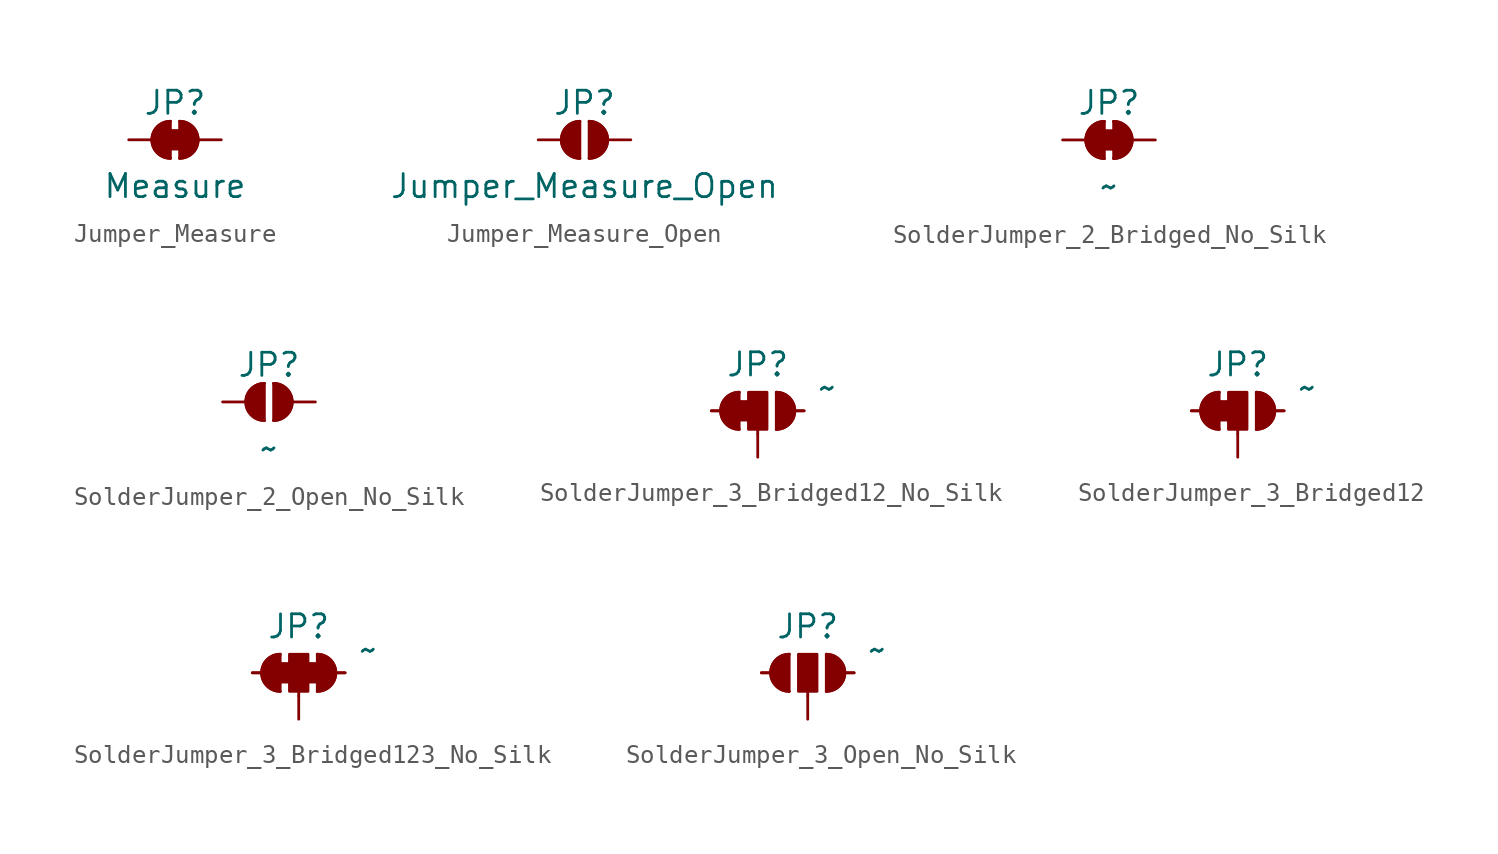
<source format=kicad_sym>
(kicad_symbol_lib
  (version 20241209)
  (generator "kicad_symbol_editor")
  (generator_version "9.0")
  (symbol "Jumper_Measure"
    (pin_numbers
      (hide yes))
    (pin_names
      (offset 0)
      (hide yes))
    (property "Reference" "JP"
      (at 0 2.032 0)
      (effects (font (size 1.27 1.27))))
    (property "Value" "Measure"
      (at 0 -2.54 0)
      (effects (font (size 1.27 1.27))))
    (symbol "Jumper_Measure_0_1"
      (rectangle (start -0.508 0.508) (end 0.508 -0.508) (stroke (width 0) (type default)) (fill (type outline)))
      (polyline (pts (xy -0.254 1.016) (xy -0.254 -1.016)) (stroke (width 0) (type default)) (fill (type none)))
      (arc (start -0.254 -1.016) (mid -1.2656 0) (end -0.254 1.016) (stroke (width 0) (type default)) (fill (type none)))
      (arc (start -0.254 -1.016) (mid -1.2656 0) (end -0.254 1.016) (stroke (width 0) (type default)) (fill (type outline)))
      (arc (start 0.254 1.016) (mid 1.2656 0) (end 0.254 -1.016) (stroke (width 0) (type default)) (fill (type none)))
      (arc (start 0.254 1.016) (mid 1.2656 0) (end 0.254 -1.016) (stroke (width 0) (type default)) (fill (type outline)))
      (polyline (pts (xy 0.254 1.016) (xy 0.254 -1.016)) (stroke (width 0) (type default)) (fill (type none))))
    (symbol "Jumper_Measure_1_1"
      (pin passive line (at -2.54 0 0) (length 1.27) (name "A" (effects (font (size 1.27 1.27)))) (number "1" (effects (font (size 1.27 1.27)))))
      (pin passive line (at 2.54 0 180) (length 1.27) (name "B" (effects (font (size 1.27 1.27)))) (number "2" (effects (font (size 1.27 1.27)))))))
  (symbol "Jumper_Measure_Open"
    (pin_numbers
      (hide yes))
    (pin_names
      (offset 0)
      (hide yes))
    (property "Reference" "JP"
      (at 0 2.032 0)
      (effects (font (size 1.27 1.27))))
    (property "Value" "Jumper_Measure_Open"
      (at 0 -2.54 0)
      (effects (font (size 1.27 1.27))))
    (symbol "Jumper_Measure_Open_0_1"
      (polyline (pts (xy -0.254 1.016) (xy -0.254 -1.016)) (stroke (width 0) (type default)) (fill (type none)))
      (arc (start -0.254 -1.016) (mid -1.2656 0) (end -0.254 1.016) (stroke (width 0) (type default)) (fill (type none)))
      (arc (start -0.254 -1.016) (mid -1.2656 0) (end -0.254 1.016) (stroke (width 0) (type default)) (fill (type outline)))
      (arc (start 0.254 1.016) (mid 1.2656 0) (end 0.254 -1.016) (stroke (width 0) (type default)) (fill (type none)))
      (arc (start 0.254 1.016) (mid 1.2656 0) (end 0.254 -1.016) (stroke (width 0) (type default)) (fill (type outline)))
      (polyline (pts (xy 0.254 1.016) (xy 0.254 -1.016)) (stroke (width 0) (type default)) (fill (type none))))
    (symbol "Jumper_Measure_Open_1_1"
      (pin passive line (at -2.54 0 0) (length 1.27) (name "A" (effects (font (size 1.27 1.27)))) (number "1" (effects (font (size 1.27 1.27)))))
      (pin passive line (at 2.54 0 180) (length 1.27) (name "B" (effects (font (size 1.27 1.27)))) (number "2" (effects (font (size 1.27 1.27)))))))
  (symbol "SolderJumper_2_Bridged_No_Silk"
    (pin_numbers
      (hide yes))
    (pin_names
      (offset 0)
      (hide yes))
    (property "Reference" "JP"
      (at 0 2.032 0)
      (effects (font (size 1.27 1.27))))
    (property "Value" "~"
      (at 0 -2.54 0)
      (effects (font (size 1.27 1.27))))
    (symbol "SolderJumper_2_Bridged_No_Silk_0_1"
      (rectangle (start -0.508 0.508) (end 0.508 -0.508) (stroke (width 0) (type default)) (fill (type outline)))
      (polyline (pts (xy -0.254 1.016) (xy -0.254 -1.016)) (stroke (width 0) (type default)) (fill (type none)))
      (arc (start -0.254 -1.016) (mid -1.2656 0) (end -0.254 1.016) (stroke (width 0) (type default)) (fill (type none)))
      (arc (start -0.254 -1.016) (mid -1.2656 0) (end -0.254 1.016) (stroke (width 0) (type default)) (fill (type outline)))
      (arc (start 0.254 1.016) (mid 1.2656 0) (end 0.254 -1.016) (stroke (width 0) (type default)) (fill (type none)))
      (arc (start 0.254 1.016) (mid 1.2656 0) (end 0.254 -1.016) (stroke (width 0) (type default)) (fill (type outline)))
      (polyline (pts (xy 0.254 1.016) (xy 0.254 -1.016)) (stroke (width 0) (type default)) (fill (type none))))
    (symbol "SolderJumper_2_Bridged_No_Silk_1_1"
      (pin passive line (at -2.54 0 0) (length 1.27) (name "A" (effects (font (size 1.27 1.27)))) (number "1" (effects (font (size 1.27 1.27)))))
      (pin passive line (at 2.54 0 180) (length 1.27) (name "B" (effects (font (size 1.27 1.27)))) (number "2" (effects (font (size 1.27 1.27)))))))
  (symbol "SolderJumper_2_Open_No_Silk"
    (pin_numbers
      (hide yes))
    (pin_names
      (offset 0)
      (hide yes))
    (property "Reference" "JP"
      (at 0 2.032 0)
      (effects (font (size 1.27 1.27))))
    (property "Value" "~"
      (at 0 -2.54 0)
      (effects (font (size 1.27 1.27))))
    (symbol "SolderJumper_2_Open_No_Silk_0_1"
      (polyline (pts (xy -0.254 1.016) (xy -0.254 -1.016)) (stroke (width 0) (type default)) (fill (type none)))
      (arc (start -0.254 -1.016) (mid -1.2656 0) (end -0.254 1.016) (stroke (width 0) (type default)) (fill (type none)))
      (arc (start -0.254 -1.016) (mid -1.2656 0) (end -0.254 1.016) (stroke (width 0) (type default)) (fill (type outline)))
      (arc (start 0.254 1.016) (mid 1.2656 0) (end 0.254 -1.016) (stroke (width 0) (type default)) (fill (type none)))
      (arc (start 0.254 1.016) (mid 1.2656 0) (end 0.254 -1.016) (stroke (width 0) (type default)) (fill (type outline)))
      (polyline (pts (xy 0.254 1.016) (xy 0.254 -1.016)) (stroke (width 0) (type default)) (fill (type none))))
    (symbol "SolderJumper_2_Open_No_Silk_1_1"
      (pin passive line (at -2.54 0 0) (length 1.27) (name "A" (effects (font (size 1.27 1.27)))) (number "1" (effects (font (size 1.27 1.27)))))
      (pin passive line (at 2.54 0 180) (length 1.27) (name "B" (effects (font (size 1.27 1.27)))) (number "2" (effects (font (size 1.27 1.27)))))))
  (symbol "SolderJumper_3_Bridged12_No_Silk"
    (pin_numbers
      (hide yes))
    (pin_names
      (offset 0)
      (hide yes))
    (property "Reference" "JP"
      (at 0 2.54 0)
      (effects (font (size 1.27 1.27))))
    (property "Value" "~"
      (at 3.81 1.27 0)
      (effects (font (size 1.27 1.27))))
    (symbol "SolderJumper_3_Bridged12_No_Silk_0_1"
      (polyline (pts (xy -2.54 0) (xy -2.032 0)) (stroke (width 0) (type default)) (fill (type none)))
      (polyline (pts (xy -1.016 1.016) (xy -1.016 -1.016)) (stroke (width 0) (type default)) (fill (type none)))
      (rectangle (start -1.016 0.508) (end -0.508 -0.508) (stroke (width 0) (type default)) (fill (type outline)))
      (arc (start -1.016 -1.016) (mid -2.0276 0) (end -1.016 1.016) (stroke (width 0) (type default)) (fill (type none)))
      (arc (start -1.016 -1.016) (mid -2.0276 0) (end -1.016 1.016) (stroke (width 0) (type default)) (fill (type outline)))
      (rectangle (start -0.508 1.016) (end 0.508 -1.016) (stroke (width 0) (type default)) (fill (type outline)))
      (polyline (pts (xy 0 -1.27) (xy 0 -1.016)) (stroke (width 0) (type default)) (fill (type none)))
      (arc (start 1.016 1.016) (mid 2.0276 0) (end 1.016 -1.016) (stroke (width 0) (type default)) (fill (type none)))
      (arc (start 1.016 1.016) (mid 2.0276 0) (end 1.016 -1.016) (stroke (width 0) (type default)) (fill (type outline)))
      (polyline (pts (xy 1.016 1.016) (xy 1.016 -1.016)) (stroke (width 0) (type default)) (fill (type none)))
      (polyline (pts (xy 2.54 0) (xy 2.032 0)) (stroke (width 0) (type default)) (fill (type none))))
    (symbol "SolderJumper_3_Bridged12_No_Silk_1_1"
      (pin passive line (at -2.54 0 0) (length 1.27) (name "A" (effects (font (size 1.27 1.27)))) (number "1" (effects (font (size 1.27 1.27)))))
      (pin passive line (at 0 -2.54 90) (length 1.27) (name "B" (effects (font (size 1.27 1.27)))) (number "2" (effects (font (size 1.27 1.27)))))
      (pin passive line (at 2.54 0 180) (length 1.27) (name "C" (effects (font (size 1.27 1.27)))) (number "2" (effects (font (size 1.27 1.27)))))))
  (symbol "SolderJumper_3_Bridged12"
    (pin_numbers
      (hide yes))
    (pin_names
      (offset 0)
      (hide yes))
    (property "Reference" "JP"
      (at 0 2.54 0)
      (effects (font (size 1.27 1.27))))
    (property "Value" "~"
      (at 3.81 1.27 0)
      (effects (font (size 1.27 1.27))))
    (symbol "SolderJumper_3_Bridged12_0_1"
      (polyline (pts (xy -2.54 0) (xy -2.032 0)) (stroke (width 0) (type default)) (fill (type none)))
      (polyline (pts (xy -1.016 1.016) (xy -1.016 -1.016)) (stroke (width 0) (type default)) (fill (type none)))
      (rectangle (start -1.016 0.508) (end -0.508 -0.508) (stroke (width 0) (type default)) (fill (type outline)))
      (arc (start -1.016 -1.016) (mid -2.0276 0) (end -1.016 1.016) (stroke (width 0) (type default)) (fill (type none)))
      (arc (start -1.016 -1.016) (mid -2.0276 0) (end -1.016 1.016) (stroke (width 0) (type default)) (fill (type outline)))
      (rectangle (start -0.508 1.016) (end 0.508 -1.016) (stroke (width 0) (type default)) (fill (type outline)))
      (polyline (pts (xy 0 -1.27) (xy 0 -1.016)) (stroke (width 0) (type default)) (fill (type none)))
      (arc (start 1.016 1.016) (mid 2.0276 0) (end 1.016 -1.016) (stroke (width 0) (type default)) (fill (type none)))
      (arc (start 1.016 1.016) (mid 2.0276 0) (end 1.016 -1.016) (stroke (width 0) (type default)) (fill (type outline)))
      (polyline (pts (xy 1.016 1.016) (xy 1.016 -1.016)) (stroke (width 0) (type default)) (fill (type none)))
      (polyline (pts (xy 2.54 0) (xy 2.032 0)) (stroke (width 0) (type default)) (fill (type none))))
    (symbol "SolderJumper_3_Bridged12_1_1"
      (pin passive line (at -2.54 0 0) (length 1.27) (name "A" (effects (font (size 1.27 1.27)))) (number "1" (effects (font (size 1.27 1.27)))))
      (pin passive line (at 0 -2.54 90) (length 1.27) (name "B" (effects (font (size 1.27 1.27)))) (number "2" (effects (font (size 1.27 1.27)))))
      (pin passive line (at 2.54 0 180) (length 1.27) (name "C" (effects (font (size 1.27 1.27)))) (number "3" (effects (font (size 1.27 1.27)))))))
  (symbol "SolderJumper_3_Bridged123_No_Silk"
    (pin_numbers
      (hide yes))
    (pin_names
      (offset 0)
      (hide yes))
    (property "Reference" "JP"
      (at 0 2.54 0)
      (effects (font (size 1.27 1.27))))
    (property "Value" "~"
      (at 3.81 1.27 0)
      (effects (font (size 1.27 1.27))))
    (symbol "SolderJumper_3_Bridged123_No_Silk_0_1"
      (polyline (pts (xy -2.54 0) (xy -2.032 0)) (stroke (width 0) (type default)) (fill (type none)))
      (polyline (pts (xy -1.016 1.016) (xy -1.016 -1.016)) (stroke (width 0) (type default)) (fill (type none)))
      (rectangle (start -1.016 0.508) (end -0.508 -0.508) (stroke (width 0) (type default)) (fill (type outline)))
      (arc (start -1.016 -1.016) (mid -2.0276 0) (end -1.016 1.016) (stroke (width 0) (type default)) (fill (type none)))
      (arc (start -1.016 -1.016) (mid -2.0276 0) (end -1.016 1.016) (stroke (width 0) (type default)) (fill (type outline)))
      (rectangle (start -0.508 1.016) (end 0.508 -1.016) (stroke (width 0) (type default)) (fill (type outline)))
      (polyline (pts (xy 0 -1.27) (xy 0 -1.016)) (stroke (width 0) (type default)) (fill (type none)))
      (rectangle (start 0.508 0.508) (end 1.016 -0.508) (stroke (width 0) (type default)) (fill (type outline)))
      (arc (start 1.016 1.016) (mid 2.0276 0) (end 1.016 -1.016) (stroke (width 0) (type default)) (fill (type none)))
      (arc (start 1.016 1.016) (mid 2.0276 0) (end 1.016 -1.016) (stroke (width 0) (type default)) (fill (type outline)))
      (polyline (pts (xy 1.016 1.016) (xy 1.016 -1.016)) (stroke (width 0) (type default)) (fill (type none)))
      (polyline (pts (xy 2.54 0) (xy 2.032 0)) (stroke (width 0) (type default)) (fill (type none))))
    (symbol "SolderJumper_3_Bridged123_No_Silk_1_1"
      (pin passive line (at -2.54 0 0) (length 1.27) (name "A" (effects (font (size 1.27 1.27)))) (number "1" (effects (font (size 1.27 1.27)))))
      (pin passive line (at 0 -2.54 90) (length 1.27) (name "B" (effects (font (size 1.27 1.27)))) (number "2" (effects (font (size 1.27 1.27)))))
      (pin passive line (at 2.54 0 180) (length 1.27) (name "C" (effects (font (size 1.27 1.27)))) (number "3" (effects (font (size 1.27 1.27)))))))
  (symbol "SolderJumper_3_Open_No_Silk"
    (pin_numbers
      (hide yes))
    (pin_names
      (offset 0)
      (hide yes))
    (property "Reference" "JP"
      (at 0 2.54 0)
      (effects (font (size 1.27 1.27))))
    (property "Value" "~"
      (at 3.81 1.27 0)
      (effects (font (size 1.27 1.27))))
    (symbol "SolderJumper_3_Open_No_Silk_0_1"
      (polyline (pts (xy -2.54 0) (xy -2.032 0)) (stroke (width 0) (type default)) (fill (type none)))
      (polyline (pts (xy -1.016 1.016) (xy -1.016 -1.016)) (stroke (width 0) (type default)) (fill (type none)))
      (arc (start -1.016 -1.016) (mid -2.0276 0) (end -1.016 1.016) (stroke (width 0) (type default)) (fill (type none)))
      (arc (start -1.016 -1.016) (mid -2.0276 0) (end -1.016 1.016) (stroke (width 0) (type default)) (fill (type outline)))
      (rectangle (start -0.508 1.016) (end 0.508 -1.016) (stroke (width 0) (type default)) (fill (type outline)))
      (polyline (pts (xy 0 -1.27) (xy 0 -1.016)) (stroke (width 0) (type default)) (fill (type none)))
      (arc (start 1.016 1.016) (mid 2.0276 0) (end 1.016 -1.016) (stroke (width 0) (type default)) (fill (type none)))
      (arc (start 1.016 1.016) (mid 2.0276 0) (end 1.016 -1.016) (stroke (width 0) (type default)) (fill (type outline)))
      (polyline (pts (xy 1.016 1.016) (xy 1.016 -1.016)) (stroke (width 0) (type default)) (fill (type none)))
      (polyline (pts (xy 2.54 0) (xy 2.032 0)) (stroke (width 0) (type default)) (fill (type none))))
    (symbol "SolderJumper_3_Open_No_Silk_1_1"
      (pin passive line (at -2.54 0 0) (length 1.27) (name "A" (effects (font (size 1.27 1.27)))) (number "1" (effects (font (size 1.27 1.27)))))
      (pin passive line (at 0 -2.54 90) (length 1.27) (name "B" (effects (font (size 1.27 1.27)))) (number "2" (effects (font (size 1.27 1.27)))))
      (pin passive line (at 2.54 0 180) (length 1.27) (name "C" (effects (font (size 1.27 1.27)))) (number "3" (effects (font (size 1.27 1.27))))))))
</source>
